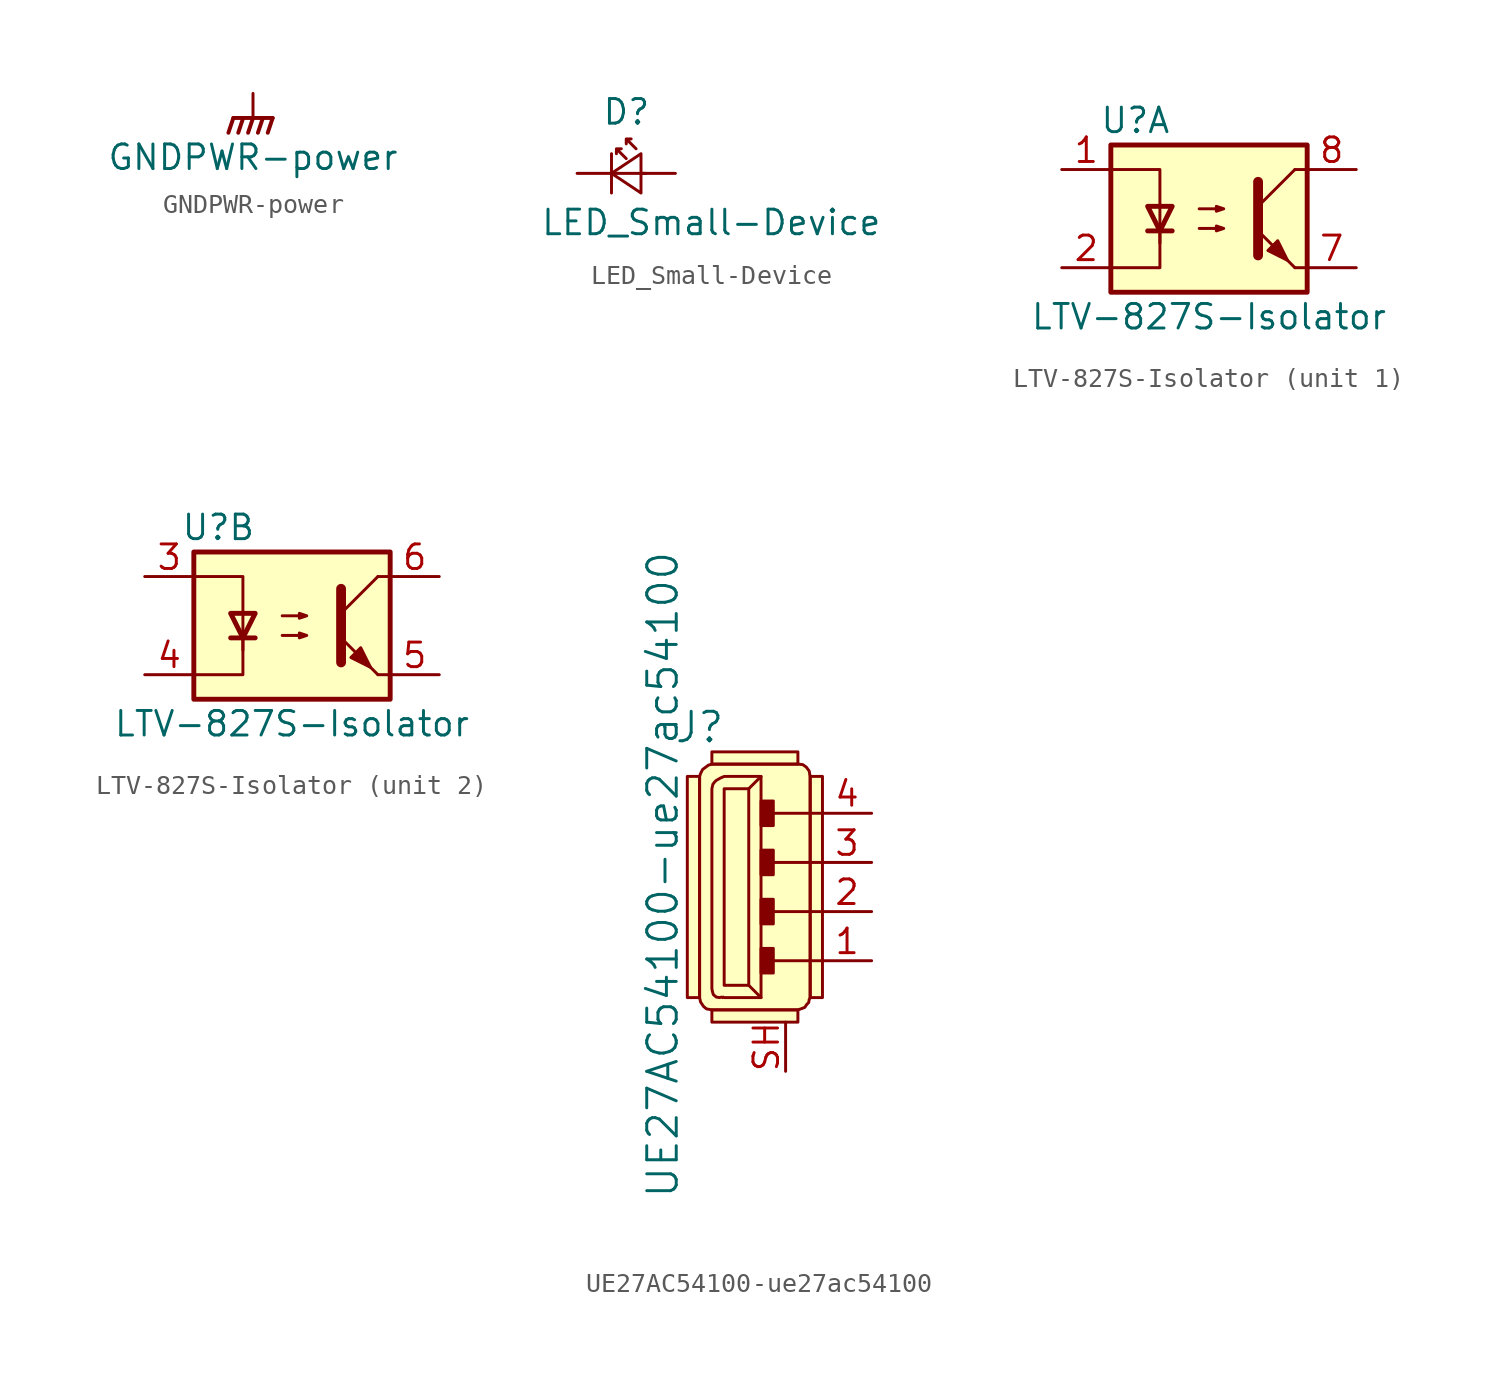
<source format=kicad_sym>
(kicad_symbol_lib
  (version 20201005)
  (generator kicad_symbol_editor)
  (symbol "GNDPWR-power"
    (power)
    (pin_names
      (offset 0))
    (property "Reference" "#PWR"
      (at 0 -5.08 0)
      (effects (font (size 1.27 1.27)) hide))
    (property "Value" "GNDPWR-power"
      (at 0 -3.302 0)
      (effects (font (size 1.27 1.27))))
    (symbol "GNDPWR-power_0_1"
      (polyline (pts (xy 0 -1.27) (xy 0 0)) (stroke (width 0)) (fill (type none)))
      (polyline (pts (xy -1.016 -1.27) (xy -1.27 -2.032) (xy -1.27 -2.032)) (stroke (width 0.203)) (fill (type none)))
      (polyline (pts (xy -0.508 -1.27) (xy -0.762 -2.032) (xy -0.762 -2.032)) (stroke (width 0.203)) (fill (type none)))
      (polyline (pts (xy 0 -1.27) (xy -0.254 -2.032) (xy -0.254 -2.032)) (stroke (width 0.203)) (fill (type none)))
      (polyline (pts (xy 0.508 -1.27) (xy 0.254 -2.032) (xy 0.254 -2.032)) (stroke (width 0.203)) (fill (type none)))
      (polyline (pts (xy 1.016 -1.27) (xy -1.016 -1.27) (xy -1.016 -1.27)) (stroke (width 0.203)) (fill (type none)))
      (polyline (pts (xy 1.016 -1.27) (xy 0.762 -2.032) (xy 0.762 -2.032) (xy 0.762 -2.032)) (stroke (width 0.203)) (fill (type none))))
    (symbol "GNDPWR-power_1_1"
      (pin power_in line (at 0 0 270) (length 0) hide (name "GNDPWR" (effects (font (size 1.27 1.27)))) (number "1" (effects (font (size 1.27 1.27)))))))
  (symbol "LED_Small-Device"
    (pin_numbers hide)
    (pin_names
      (offset 0.254) hide)
    (property "Reference" "D"
      (at -1.27 3.175 0)
      (effects (font (size 1.27 1.27)) (justify left)))
    (property "Value" "LED_Small-Device"
      (at -4.445 -2.54 0)
      (effects (font (size 1.27 1.27)) (justify left)))
    (symbol "LED_Small-Device_0_1"
      (polyline (pts (xy -0.762 -1.016) (xy -0.762 1.016)) (stroke (width 0)) (fill (type none)))
      (polyline (pts (xy 1.016 0) (xy -0.762 0)) (stroke (width 0)) (fill (type none)))
      (polyline (pts (xy 0.762 -1.016) (xy -0.762 0) (xy 0.762 1.016) (xy 0.762 -1.016)) (stroke (width 0)) (fill (type none)))
      (polyline (pts (xy 0 0.762) (xy -0.508 1.27) (xy -0.254 1.27) (xy -0.508 1.27) (xy -0.508 1.016)) (stroke (width 0)) (fill (type none)))
      (polyline (pts (xy 0.508 1.27) (xy 0 1.778) (xy 0.254 1.778) (xy 0 1.778) (xy 0 1.524)) (stroke (width 0)) (fill (type none))))
    (symbol "LED_Small-Device_1_1"
      (pin passive line (at -2.54 0 0) (length 1.778) (name "K" (effects (font (size 1.27 1.27)))) (number "1" (effects (font (size 1.27 1.27)))))
      (pin passive line (at 2.54 0 180) (length 1.778) (name "A" (effects (font (size 1.27 1.27)))) (number "2" (effects (font (size 1.27 1.27)))))))
  (symbol "LTV-827S-Isolator"
    (pin_names
      (offset 1.016))
    (property "Reference" "U"
      (at -3.81 5.08 0)
      (effects (font (size 1.27 1.27))))
    (property "Value" "LTV-827S-Isolator"
      (at 0 -5.08 0)
      (effects (font (size 1.27 1.27))))
    (symbol "LTV-827S-Isolator_0_1"
      (rectangle (start -5.08 3.81) (end 5.08 -3.81) (stroke (width 0.254)) (fill (type background)))
      (polyline (pts (xy -3.175 -0.635) (xy -1.905 -0.635)) (stroke (width 0.254)) (fill (type none)))
      (polyline (pts (xy 2.54 0.635) (xy 4.445 2.54)) (stroke (width 0)) (fill (type none)))
      (polyline (pts (xy 4.445 -2.54) (xy 5.08 -2.54)) (stroke (width 0)) (fill (type none)))
      (polyline (pts (xy 4.445 2.54) (xy 5.08 2.54)) (stroke (width 0)) (fill (type none)))
      (polyline (pts (xy -2.54 -0.635) (xy -2.54 -2.54) (xy -5.08 -2.54)) (stroke (width 0)) (fill (type none)))
      (polyline (pts (xy 2.54 1.905) (xy 2.54 -1.905) (xy 2.54 -1.905)) (stroke (width 0.508)) (fill (type none)))
      (polyline (pts (xy -5.08 2.54) (xy -2.54 2.54) (xy -2.54 -1.27) (xy -2.54 0.635)) (stroke (width 0)) (fill (type none)))
      (polyline (pts (xy -2.54 -0.635) (xy -3.175 0.635) (xy -1.905 0.635) (xy -2.54 -0.635)) (stroke (width 0.254)) (fill (type none)))
      (polyline (pts (xy -0.508 -0.508) (xy 0.762 -0.508) (xy 0.381 -0.635) (xy 0.381 -0.381) (xy 0.762 -0.508)) (stroke (width 0)) (fill (type none)))
      (polyline (pts (xy -0.508 0.508) (xy 0.762 0.508) (xy 0.381 0.381) (xy 0.381 0.635) (xy 0.762 0.508)) (stroke (width 0)) (fill (type none)))
      (polyline (pts (xy 4.445 -2.54) (xy 2.54 -0.635)) (stroke (width 0)) (fill (type outline)))
      (polyline (pts (xy 3.048 -1.651) (xy 3.556 -1.143) (xy 4.064 -2.159) (xy 3.048 -1.651) (xy 3.048 -1.651)) (stroke (width 0)) (fill (type outline))))
    (symbol "LTV-827S-Isolator_1_1"
      (pin passive line (at -7.62 2.54 0) (length 2.54) (name "~" (effects (font (size 1.27 1.27)))) (number "1" (effects (font (size 1.27 1.27)))))
      (pin passive line (at -7.62 -2.54 0) (length 2.54) (name "~" (effects (font (size 1.27 1.27)))) (number "2" (effects (font (size 1.27 1.27)))))
      (pin passive line (at 7.62 -2.54 180) (length 2.54) (name "~" (effects (font (size 1.27 1.27)))) (number "7" (effects (font (size 1.27 1.27)))))
      (pin passive line (at 7.62 2.54 180) (length 2.54) (name "~" (effects (font (size 1.27 1.27)))) (number "8" (effects (font (size 1.27 1.27))))))
    (symbol "LTV-827S-Isolator_2_1"
      (pin passive line (at -7.62 2.54 0) (length 2.54) (name "~" (effects (font (size 1.27 1.27)))) (number "3" (effects (font (size 1.27 1.27)))))
      (pin passive line (at -7.62 -2.54 0) (length 2.54) (name "~" (effects (font (size 1.27 1.27)))) (number "4" (effects (font (size 1.27 1.27)))))
      (pin passive line (at 7.62 -2.54 180) (length 2.54) (name "~" (effects (font (size 1.27 1.27)))) (number "5" (effects (font (size 1.27 1.27)))))
      (pin passive line (at 7.62 2.54 180) (length 2.54) (name "~" (effects (font (size 1.27 1.27)))) (number "6" (effects (font (size 1.27 1.27)))))))
  (symbol "UE27AC54100-ue27ac54100"
    (pin_names
      (offset 1.016))
    (property "Reference" "J"
      (at -1.27 9.525 0)
      (effects (font (size 1.524 1.524))))
    (property "Value" "UE27AC54100-ue27ac54100"
      (at -3.175 1.905 90)
      (effects (font (size 1.524 1.524))))
    (symbol "UE27AC54100-ue27ac54100_0_1"
      (rectangle (start 1.27 6.35) (end 0 -3.81) (stroke (width 0)) (fill (type none)))
      (rectangle (start 2.54 -1.905) (end 1.905 -3.175) (stroke (width 0)) (fill (type outline)))
      (rectangle (start 2.54 0.635) (end 1.905 -0.635) (stroke (width 0)) (fill (type outline)))
      (rectangle (start 2.54 3.175) (end 1.905 1.905) (stroke (width 0)) (fill (type outline)))
      (rectangle (start 2.54 4.445) (end 1.905 5.715) (stroke (width 0)) (fill (type outline)))
      (rectangle (start -1.27 -4.445) (end -1.905 6.985) (stroke (width 0)) (fill (type background)))
      (rectangle (start 3.81 -5.08) (end -0.635 -5.715) (stroke (width 0)) (fill (type background)))
      (rectangle (start 3.81 7.62) (end -0.635 8.255) (stroke (width 0)) (fill (type background)))
      (rectangle (start 4.445 6.985) (end 5.08 -4.445) (stroke (width 0)) (fill (type background)))
      (polyline (pts (xy 1.27 -3.81) (xy 1.905 -4.445)) (stroke (width 0)) (fill (type none)))
      (polyline (pts (xy 1.27 6.35) (xy 1.905 6.985)) (stroke (width 0)) (fill (type none)))
      (polyline (pts (xy 5.08 -2.54) (xy 2.54 -2.54)) (stroke (width 0)) (fill (type none)))
      (polyline (pts (xy 5.08 0) (xy 2.54 0)) (stroke (width 0)) (fill (type none)))
      (polyline (pts (xy 5.08 2.54) (xy 2.54 2.54)) (stroke (width 0)) (fill (type none)))
      (polyline (pts (xy 5.08 5.08) (xy 2.54 5.08)) (stroke (width 0)) (fill (type none)))
      (polyline (pts (xy -0.635 6.35) (xy -0.635 -3.81) (xy -0.635 -3.988) (xy -0.61 -4.115) (xy -0.559 -4.293) (xy -0.406 -4.42) (xy -0.229 -4.445) (xy -0.127 -4.42) (xy -0.076 -4.445) (xy -0.051 -4.42) (xy 0 -4.445) (xy 1.905 -4.445) (xy 1.905 6.985) (xy 0 6.985) (xy -0.178 6.909) (xy -0.406 6.782) (xy -0.508 6.68) (xy -0.584 6.579) (xy -0.635 6.35)) (stroke (width 0)) (fill (type none)))
      (polyline (pts (xy -0.635 -5.08) (xy 3.81 -5.08) (xy 3.962 -5.029) (xy 4.166 -4.953) (xy 4.267 -4.801) (xy 4.369 -4.699) (xy 4.394 -4.547) (xy 4.445 -4.445) (xy 4.445 6.985) (xy 4.42 7.087) (xy 4.42 7.112) (xy 4.394 7.264) (xy 4.242 7.468) (xy 4.064 7.595) (xy 3.81 7.62) (xy -0.635 7.62) (xy -0.813 7.569) (xy -1.118 7.341) (xy -1.219 7.137) (xy -1.27 6.985) (xy -1.27 -4.445) (xy -1.219 -4.674) (xy -1.067 -4.902) (xy -0.914 -5.029) (xy -0.635 -5.08)) (stroke (width 0)) (fill (type background))))
    (symbol "UE27AC54100-ue27ac54100_1_1"
      (pin passive line (at 7.62 -2.54 180) (length 2.54) (name "~" (effects (font (size 1.27 1.27)))) (number "1" (effects (font (size 1.27 1.27)))))
      (pin passive line (at 7.62 0 180) (length 2.54) (name "~" (effects (font (size 1.27 1.27)))) (number "2" (effects (font (size 1.27 1.27)))))
      (pin passive line (at 7.62 2.54 180) (length 2.54) (name "~" (effects (font (size 1.27 1.27)))) (number "3" (effects (font (size 1.27 1.27)))))
      (pin passive line (at 7.62 5.08 180) (length 2.54) (name "~" (effects (font (size 1.27 1.27)))) (number "4" (effects (font (size 1.27 1.27)))))
      (pin passive line (at 3.175 -8.255 90) (length 2.54) (name "~" (effects (font (size 1.27 1.27)))) (number "SH" (effects (font (size 1.27 1.27))))))))
</source>
